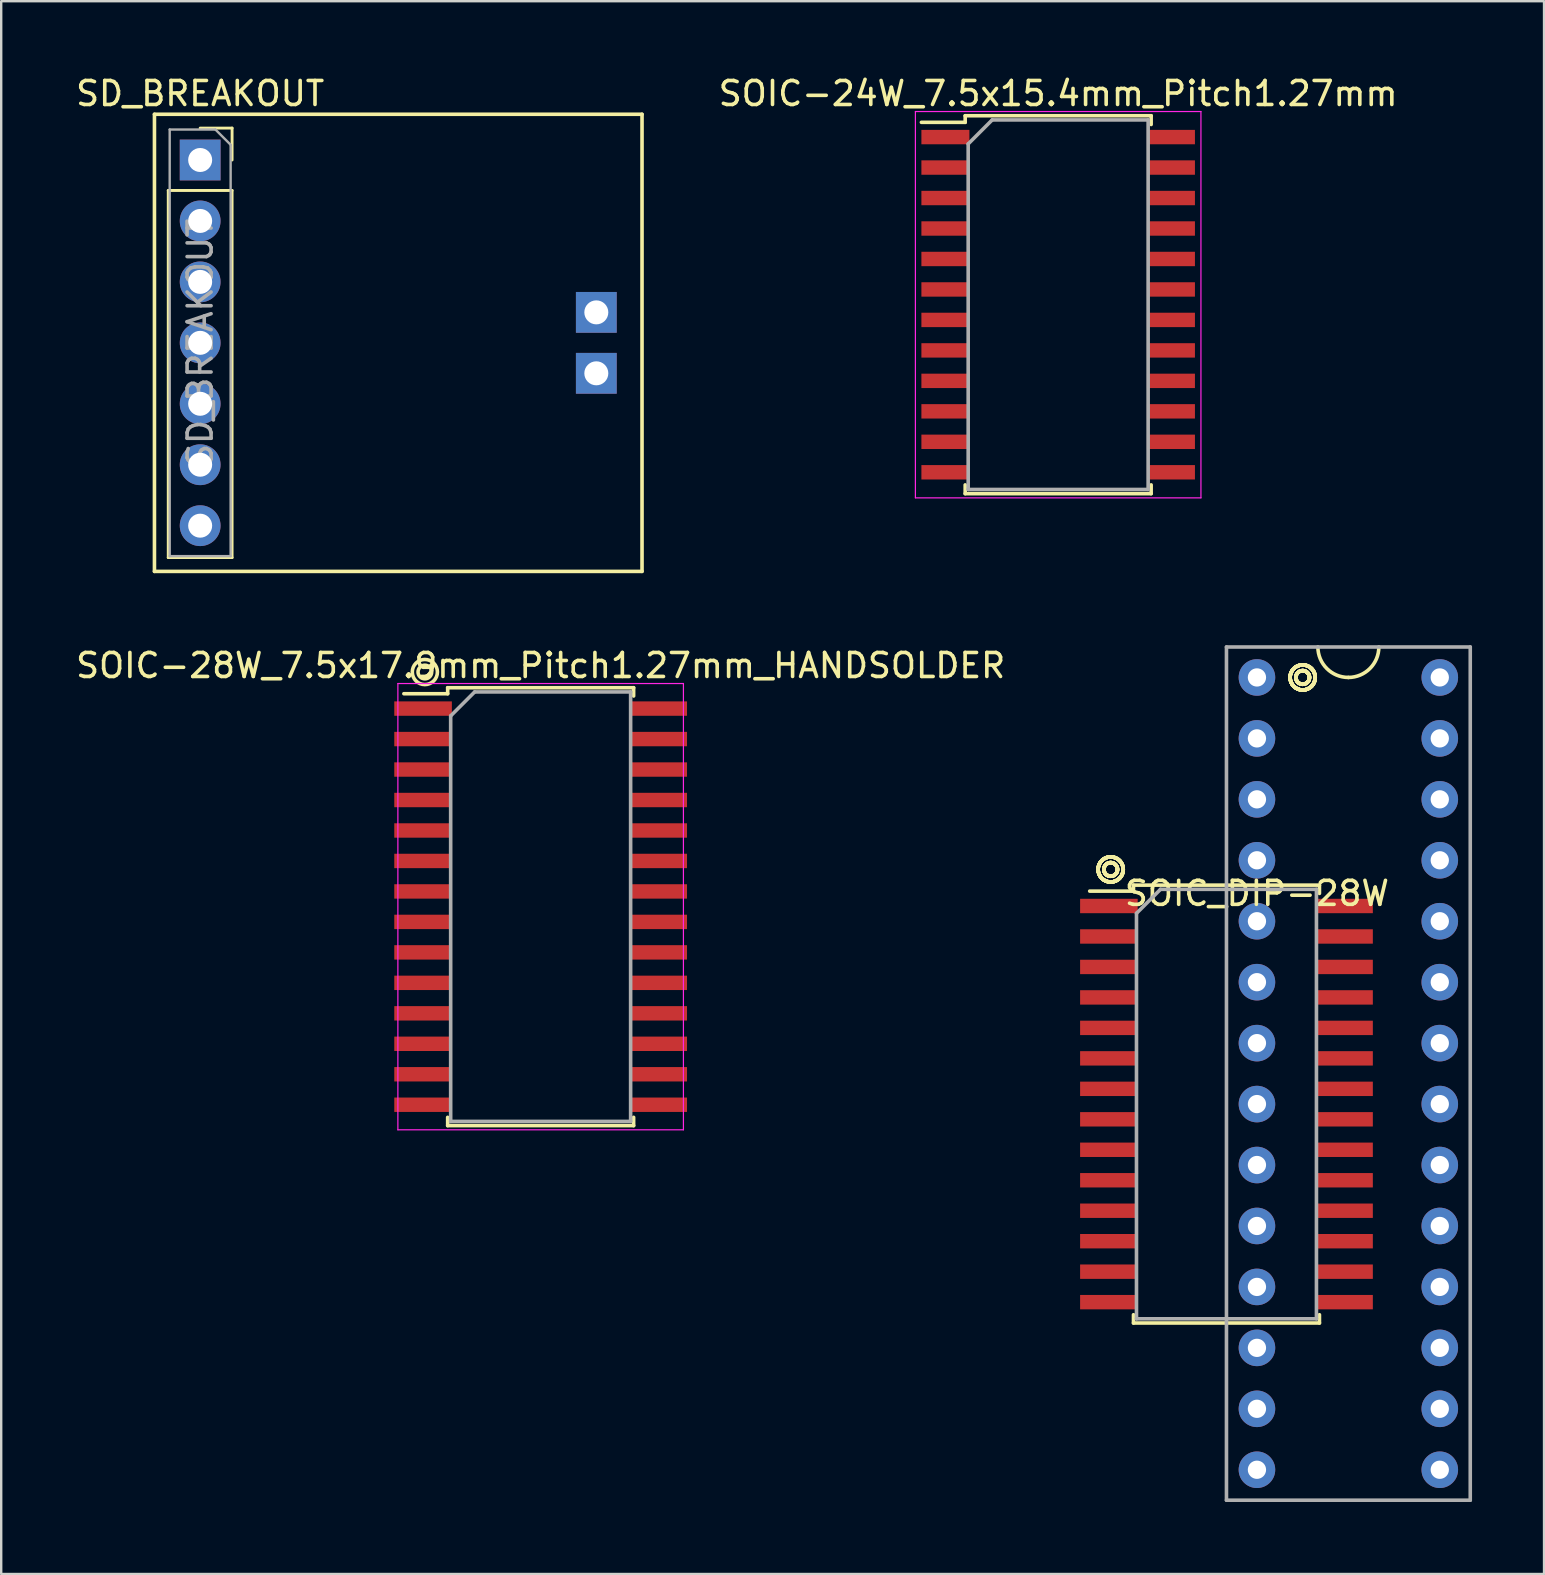
<source format=kicad_pcb>
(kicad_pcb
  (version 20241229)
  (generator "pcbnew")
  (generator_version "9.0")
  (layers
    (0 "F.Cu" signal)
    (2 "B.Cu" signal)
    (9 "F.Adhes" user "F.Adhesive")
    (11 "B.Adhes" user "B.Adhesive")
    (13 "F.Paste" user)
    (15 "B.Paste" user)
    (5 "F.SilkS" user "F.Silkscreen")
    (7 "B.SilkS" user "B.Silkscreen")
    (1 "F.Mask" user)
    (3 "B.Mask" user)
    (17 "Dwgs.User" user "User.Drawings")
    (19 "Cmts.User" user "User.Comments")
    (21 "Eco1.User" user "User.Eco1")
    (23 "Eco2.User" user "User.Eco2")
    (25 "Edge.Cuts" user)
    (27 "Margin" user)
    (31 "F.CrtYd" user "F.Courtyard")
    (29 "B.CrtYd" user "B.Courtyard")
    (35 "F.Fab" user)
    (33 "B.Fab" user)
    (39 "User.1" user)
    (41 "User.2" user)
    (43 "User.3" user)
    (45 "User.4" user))
  (footprint "SD_BREAKOUT"
    (layer "F.Cu")
    (at 5.292 3.618)
    (property "Reference" "SD_BREAKOUT" (at 0 -2.77 0) (layer "F.SilkS") (effects (font (size 1 1) (thickness 0.15))))
    (attr through_hole)
    (fp_line (start -1.905 -1.905) (end 18.415 -1.905) (stroke (width 0.15) (type solid)) (layer "F.SilkS"))
    (fp_line (start -1.905 17.145) (end -1.905 -1.905) (stroke (width 0.15) (type solid)) (layer "F.SilkS"))
    (fp_line (start -1.33 1.27) (end -1.33 16.57) (stroke (width 0.12) (type solid)) (layer "F.SilkS"))
    (fp_line (start -1.33 1.27) (end 1.33 1.27) (stroke (width 0.12) (type solid)) (layer "F.SilkS"))
    (fp_line (start -1.33 16.57) (end 1.33 16.57) (stroke (width 0.12) (type solid)) (layer "F.SilkS"))
    (fp_line (start 0 -1.33) (end 1.33 -1.33) (stroke (width 0.12) (type solid)) (layer "F.SilkS"))
    (fp_line (start 1.33 -1.33) (end 1.33 0) (stroke (width 0.12) (type solid)) (layer "F.SilkS"))
    (fp_line (start 1.33 1.27) (end 1.33 16.57) (stroke (width 0.12) (type solid)) (layer "F.SilkS"))
    (fp_line (start 18.415 -1.905) (end 18.415 17.145) (stroke (width 0.15) (type solid)) (layer "F.SilkS"))
    (fp_line (start 18.415 17.145) (end -1.905 17.145) (stroke (width 0.15) (type solid)) (layer "F.SilkS"))
    (fp_line (start -1.27 -1.27) (end 0.635 -1.27) (stroke (width 0.1) (type solid)) (layer "F.Fab"))
    (fp_line (start -1.27 16.51) (end -1.27 -1.27) (stroke (width 0.1) (type solid)) (layer "F.Fab"))
    (fp_line (start 0.635 -1.27) (end 1.27 -0.635) (stroke (width 0.1) (type solid)) (layer "F.Fab"))
    (fp_line (start 1.27 -0.635) (end 1.27 16.51) (stroke (width 0.1) (type solid)) (layer "F.Fab"))
    (fp_line (start 1.27 16.51) (end -1.27 16.51) (stroke (width 0.1) (type solid)) (layer "F.Fab"))
    (fp_text user "${REFERENCE}" (at 0 7.62 90) (layer "F.Fab") (effects (font (size 1 1) (thickness 0.15))))
    (pad "" thru_hole rect (at 16.51 6.35) (size 1.7 1.7) (drill 1) (layers "*.Cu" "*.Mask"))
    (pad "" thru_hole rect (at 16.51 8.89) (size 1.7 1.7) (drill 1) (layers "*.Cu" "*.Mask"))
    (pad "1" thru_hole rect (at 0 0) (size 1.7 1.7) (drill 1) (layers "*.Cu" "*.Mask"))
    (pad "2" thru_hole oval (at 0 2.54) (size 1.7 1.7) (drill 1) (layers "*.Cu" "*.Mask"))
    (pad "3" thru_hole oval (at 0 5.08) (size 1.7 1.7) (drill 1) (layers "*.Cu" "*.Mask"))
    (pad "4" thru_hole oval (at 0 7.62) (size 1.7 1.7) (drill 1) (layers "*.Cu" "*.Mask"))
    (pad "5" thru_hole oval (at 0 10.16) (size 1.7 1.7) (drill 1) (layers "*.Cu" "*.Mask"))
    (pad "6" thru_hole oval (at 0 12.7) (size 1.7 1.7) (drill 1) (layers "*.Cu" "*.Mask"))
    (pad "7" thru_hole oval (at 0 15.24) (size 1.7 1.7) (drill 1) (layers "*.Cu" "*.Mask")))
  (footprint "SOIC_DIP-28W"
    (layer "F.Cu")
    (at 48.064 42.963)
    (property "Reference" "SOIC_DIP-28W" (at 1.27 -8.78 0) (layer "F.SilkS") (effects (font (size 1 1) (thickness 0.15))))
    (attr smd)
    (fp_line (start -3.875 -9.125) (end -3.875 -8.875) (stroke (width 0.15) (type solid)) (layer "F.SilkS"))
    (fp_line (start -3.875 -9.125) (end 3.875 -9.125) (stroke (width 0.15) (type solid)) (layer "F.SilkS"))
    (fp_line (start -3.875 -8.875) (end -5.7 -8.875) (stroke (width 0.15) (type solid)) (layer "F.SilkS"))
    (fp_line (start -3.875 9.125) (end -3.875 8.78) (stroke (width 0.15) (type solid)) (layer "F.SilkS"))
    (fp_line (start -3.875 9.125) (end 3.875 9.125) (stroke (width 0.15) (type solid)) (layer "F.SilkS"))
    (fp_line (start 3.875 -9.125) (end 3.875 -8.78) (stroke (width 0.15) (type solid)) (layer "F.SilkS"))
    (fp_line (start 3.875 9.125) (end 3.875 8.78) (stroke (width 0.15) (type solid)) (layer "F.SilkS"))
    (fp_arc (start 5.08 -17.78) (mid 4.181974 -18.151974) (end 3.81 -19.05) (stroke (width 0.15) (type solid)) (layer "F.SilkS"))
    (fp_arc (start 6.35 -19.05) (mid 5.978026 -18.151974) (end 5.08 -17.78) (stroke (width 0.15) (type solid)) (layer "F.SilkS"))
    (fp_circle (center -4.826 -9.779) (end -4.572 -9.652) (stroke (width 0.15) (type solid)) (fill no) (layer "F.SilkS"))
    (fp_circle (center -4.826 -9.779) (end -4.572 -9.652) (stroke (width 0.15) (type solid)) (fill no) (layer "F.SilkS"))
    (fp_circle (center -4.826 -9.779) (end -4.572 -9.652) (stroke (width 0.15) (type solid)) (fill no) (layer "F.SilkS"))
    (fp_circle (center -4.826 -9.779) (end -4.572 -9.652) (stroke (width 0.15) (type solid)) (fill no) (layer "F.SilkS"))
    (fp_circle (center -4.826 -9.779) (end -4.572 -9.652) (stroke (width 0.15) (type solid)) (fill no) (layer "F.SilkS"))
    (fp_circle (center -4.826 -9.779) (end -4.572 -9.652) (stroke (width 0.15) (type solid)) (fill no) (layer "F.SilkS"))
    (fp_circle (center -4.826 -9.779) (end -4.572 -9.652) (stroke (width 0.15) (type solid)) (fill no) (layer "F.SilkS"))
    (fp_circle (center -4.826 -9.779) (end -4.572 -9.652) (stroke (width 0.15) (type solid)) (fill no) (layer "F.SilkS"))
    (fp_circle (center -4.826 -9.779) (end -4.318 -9.652) (stroke (width 0.15) (type solid)) (fill no) (layer "F.SilkS"))
    (fp_circle (center -4.826 -9.779) (end -4.318 -9.652) (stroke (width 0.15) (type solid)) (fill no) (layer "F.SilkS"))
    (fp_circle (center -4.826 -9.779) (end -4.318 -9.652) (stroke (width 0.15) (type solid)) (fill no) (layer "F.SilkS"))
    (fp_circle (center -4.826 -9.779) (end -4.318 -9.652) (stroke (width 0.15) (type solid)) (fill no) (layer "F.SilkS"))
    (fp_circle (center -4.826 -9.779) (end -4.318 -9.652) (stroke (width 0.15) (type solid)) (fill no) (layer "F.SilkS"))
    (fp_circle (center -4.826 -9.779) (end -4.318 -9.652) (stroke (width 0.15) (type solid)) (fill no) (layer "F.SilkS"))
    (fp_circle (center -4.826 -9.779) (end -4.318 -9.652) (stroke (width 0.15) (type solid)) (fill no) (layer "F.SilkS"))
    (fp_circle (center -4.826 -9.779) (end -4.318 -9.652) (stroke (width 0.15) (type solid)) (fill no) (layer "F.SilkS"))
    (fp_circle (center 3.175 -17.78) (end 3.429 -17.653) (stroke (width 0.15) (type solid)) (fill no) (layer "F.SilkS"))
    (fp_circle (center 3.175 -17.78) (end 3.429 -17.653) (stroke (width 0.15) (type solid)) (fill no) (layer "F.SilkS"))
    (fp_circle (center 3.175 -17.78) (end 3.429 -17.653) (stroke (width 0.15) (type solid)) (fill no) (layer "F.SilkS"))
    (fp_circle (center 3.175 -17.78) (end 3.429 -17.653) (stroke (width 0.15) (type solid)) (fill no) (layer "F.SilkS"))
    (fp_circle (center 3.175 -17.78) (end 3.429 -17.653) (stroke (width 0.15) (type solid)) (fill no) (layer "F.SilkS"))
    (fp_circle (center 3.175 -17.78) (end 3.429 -17.653) (stroke (width 0.15) (type solid)) (fill no) (layer "F.SilkS"))
    (fp_circle (center 3.175 -17.78) (end 3.429 -17.653) (stroke (width 0.15) (type solid)) (fill no) (layer "F.SilkS"))
    (fp_circle (center 3.175 -17.78) (end 3.429 -17.653) (stroke (width 0.15) (type solid)) (fill no) (layer "F.SilkS"))
    (fp_circle (center 3.175 -17.78) (end 3.683 -17.653) (stroke (width 0.15) (type solid)) (fill no) (layer "F.SilkS"))
    (fp_circle (center 3.175 -17.78) (end 3.683 -17.653) (stroke (width 0.15) (type solid)) (fill no) (layer "F.SilkS"))
    (fp_circle (center 3.175 -17.78) (end 3.683 -17.653) (stroke (width 0.15) (type solid)) (fill no) (layer "F.SilkS"))
    (fp_circle (center 3.175 -17.78) (end 3.683 -17.653) (stroke (width 0.15) (type solid)) (fill no) (layer "F.SilkS"))
    (fp_circle (center 3.175 -17.78) (end 3.683 -17.653) (stroke (width 0.15) (type solid)) (fill no) (layer "F.SilkS"))
    (fp_circle (center 3.175 -17.78) (end 3.683 -17.653) (stroke (width 0.15) (type solid)) (fill no) (layer "F.SilkS"))
    (fp_circle (center 3.175 -17.78) (end 3.683 -17.653) (stroke (width 0.15) (type solid)) (fill no) (layer "F.SilkS"))
    (fp_circle (center 3.175 -17.78) (end 3.683 -17.653) (stroke (width 0.15) (type solid)) (fill no) (layer "F.SilkS"))
    (fp_line (start -3.75 -7.95) (end -2.75 -8.95) (stroke (width 0.15) (type solid)) (layer "F.Fab"))
    (fp_line (start -3.75 8.95) (end -3.75 -7.95) (stroke (width 0.15) (type solid)) (layer "F.Fab"))
    (fp_line (start -2.75 -8.95) (end 3.75 -8.95) (stroke (width 0.15) (type solid)) (layer "F.Fab"))
    (fp_line (start 0 -19.05) (end 10.16 -19.05) (stroke (width 0.15) (type solid)) (layer "F.Fab"))
    (fp_line (start 0 16.51) (end 0 -19.05) (stroke (width 0.15) (type solid)) (layer "F.Fab"))
    (fp_line (start 3.75 -8.95) (end 3.75 8.95) (stroke (width 0.15) (type solid)) (layer "F.Fab"))
    (fp_line (start 3.75 8.95) (end -3.75 8.95) (stroke (width 0.15) (type solid)) (layer "F.Fab"))
    (fp_line (start 10.16 -19.05) (end 10.16 16.51) (stroke (width 0.15) (type solid)) (layer "F.Fab"))
    (fp_line (start 10.16 16.51) (end 0 16.51) (stroke (width 0.15) (type solid)) (layer "F.Fab"))
    (pad "1" smd rect (at -4.9 -8.255) (size 2.4 0.6) (layers "F.Cu" "F.Mask" "F.Paste"))
    (pad "1" thru_hole circle (at 1.27 -17.78) (size 1.524 1.524) (drill 0.762) (layers "*.Cu" "*.Mask"))
    (pad "2" smd rect (at -4.9 -6.985) (size 2.4 0.6) (layers "F.Cu" "F.Mask" "F.Paste"))
    (pad "2" thru_hole circle (at 1.27 -15.24) (size 1.524 1.524) (drill 0.762) (layers "*.Cu" "*.Mask"))
    (pad "3" smd rect (at -4.9 -5.715) (size 2.4 0.6) (layers "F.Cu" "F.Mask" "F.Paste"))
    (pad "3" thru_hole circle (at 1.27 -12.7) (size 1.524 1.524) (drill 0.762) (layers "*.Cu" "*.Mask"))
    (pad "4" smd rect (at -4.9 -4.445) (size 2.4 0.6) (layers "F.Cu" "F.Mask" "F.Paste"))
    (pad "4" thru_hole circle (at 1.27 -10.16) (size 1.524 1.524) (drill 0.762) (layers "*.Cu" "*.Mask"))
    (pad "5" smd rect (at -4.9 -3.175) (size 2.4 0.6) (layers "F.Cu" "F.Mask" "F.Paste"))
    (pad "5" thru_hole circle (at 1.27 -7.62) (size 1.524 1.524) (drill 0.762) (layers "*.Cu" "*.Mask"))
    (pad "6" smd rect (at -4.9 -1.905) (size 2.4 0.6) (layers "F.Cu" "F.Mask" "F.Paste"))
    (pad "6" thru_hole circle (at 1.27 -5.08) (size 1.524 1.524) (drill 0.762) (layers "*.Cu" "*.Mask"))
    (pad "7" smd rect (at -4.9 -0.635) (size 2.4 0.6) (layers "F.Cu" "F.Mask" "F.Paste"))
    (pad "7" thru_hole circle (at 1.27 -2.54) (size 1.524 1.524) (drill 0.762) (layers "*.Cu" "*.Mask"))
    (pad "8" smd rect (at -4.9 0.635) (size 2.4 0.6) (layers "F.Cu" "F.Mask" "F.Paste"))
    (pad "8" thru_hole circle (at 1.27 0) (size 1.524 1.524) (drill 0.762) (layers "*.Cu" "*.Mask"))
    (pad "9" smd rect (at -4.9 1.905) (size 2.4 0.6) (layers "F.Cu" "F.Mask" "F.Paste"))
    (pad "9" thru_hole circle (at 1.27 2.54) (size 1.524 1.524) (drill 0.762) (layers "*.Cu" "*.Mask"))
    (pad "10" smd rect (at -4.9 3.175) (size 2.4 0.6) (layers "F.Cu" "F.Mask" "F.Paste"))
    (pad "10" thru_hole circle (at 1.27 5.08) (size 1.524 1.524) (drill 0.762) (layers "*.Cu" "*.Mask"))
    (pad "11" smd rect (at -4.9 4.445) (size 2.4 0.6) (layers "F.Cu" "F.Mask" "F.Paste"))
    (pad "11" thru_hole circle (at 1.27 7.62) (size 1.524 1.524) (drill 0.762) (layers "*.Cu" "*.Mask"))
    (pad "12" smd rect (at -4.9 5.715) (size 2.4 0.6) (layers "F.Cu" "F.Mask" "F.Paste"))
    (pad "12" thru_hole circle (at 1.27 10.16) (size 1.524 1.524) (drill 0.762) (layers "*.Cu" "*.Mask"))
    (pad "13" smd rect (at -4.9 6.985) (size 2.4 0.6) (layers "F.Cu" "F.Mask" "F.Paste"))
    (pad "13" thru_hole circle (at 1.27 12.7) (size 1.524 1.524) (drill 0.762) (layers "*.Cu" "*.Mask"))
    (pad "14" smd rect (at -4.9 8.255) (size 2.4 0.6) (layers "F.Cu" "F.Mask" "F.Paste"))
    (pad "14" thru_hole circle (at 1.27 15.24) (size 1.524 1.524) (drill 0.762) (layers "*.Cu" "*.Mask"))
    (pad "15" smd rect (at 4.9 8.255) (size 2.4 0.6) (layers "F.Cu" "F.Mask" "F.Paste"))
    (pad "15" thru_hole circle (at 8.89 15.24) (size 1.524 1.524) (drill 0.762) (layers "*.Cu" "*.Mask"))
    (pad "16" smd rect (at 4.9 6.985) (size 2.4 0.6) (layers "F.Cu" "F.Mask" "F.Paste"))
    (pad "16" thru_hole circle (at 8.89 12.7) (size 1.524 1.524) (drill 0.762) (layers "*.Cu" "*.Mask"))
    (pad "17" smd rect (at 4.9 5.715) (size 2.4 0.6) (layers "F.Cu" "F.Mask" "F.Paste"))
    (pad "17" thru_hole circle (at 8.89 10.16) (size 1.524 1.524) (drill 0.762) (layers "*.Cu" "*.Mask"))
    (pad "18" smd rect (at 4.9 4.445) (size 2.4 0.6) (layers "F.Cu" "F.Mask" "F.Paste"))
    (pad "18" thru_hole circle (at 8.89 7.62) (size 1.524 1.524) (drill 0.762) (layers "*.Cu" "*.Mask"))
    (pad "19" smd rect (at 4.9 3.175) (size 2.4 0.6) (layers "F.Cu" "F.Mask" "F.Paste"))
    (pad "19" thru_hole circle (at 8.89 5.08) (size 1.524 1.524) (drill 0.762) (layers "*.Cu" "*.Mask"))
    (pad "20" smd rect (at 4.9 1.905) (size 2.4 0.6) (layers "F.Cu" "F.Mask" "F.Paste"))
    (pad "20" thru_hole circle (at 8.89 2.54) (size 1.524 1.524) (drill 0.762) (layers "*.Cu" "*.Mask"))
    (pad "21" smd rect (at 4.9 0.635) (size 2.4 0.6) (layers "F.Cu" "F.Mask" "F.Paste"))
    (pad "21" thru_hole circle (at 8.89 0) (size 1.524 1.524) (drill 0.762) (layers "*.Cu" "*.Mask"))
    (pad "22" smd rect (at 4.9 -0.635) (size 2.4 0.6) (layers "F.Cu" "F.Mask" "F.Paste"))
    (pad "22" thru_hole circle (at 8.89 -2.54) (size 1.524 1.524) (drill 0.762) (layers "*.Cu" "*.Mask"))
    (pad "23" smd rect (at 4.9 -1.905) (size 2.4 0.6) (layers "F.Cu" "F.Mask" "F.Paste"))
    (pad "23" thru_hole circle (at 8.89 -5.08) (size 1.524 1.524) (drill 0.762) (layers "*.Cu" "*.Mask"))
    (pad "24" smd rect (at 4.9 -3.175) (size 2.4 0.6) (layers "F.Cu" "F.Mask" "F.Paste"))
    (pad "24" thru_hole circle (at 8.89 -7.62) (size 1.524 1.524) (drill 0.762) (layers "*.Cu" "*.Mask"))
    (pad "25" smd rect (at 4.9 -4.445) (size 2.4 0.6) (layers "F.Cu" "F.Mask" "F.Paste"))
    (pad "25" thru_hole circle (at 8.89 -10.16) (size 1.524 1.524) (drill 0.762) (layers "*.Cu" "*.Mask"))
    (pad "26" smd rect (at 4.9 -5.715) (size 2.4 0.6) (layers "F.Cu" "F.Mask" "F.Paste"))
    (pad "26" thru_hole circle (at 8.89 -12.7) (size 1.524 1.524) (drill 0.762) (layers "*.Cu" "*.Mask"))
    (pad "27" smd rect (at 4.9 -6.985) (size 2.4 0.6) (layers "F.Cu" "F.Mask" "F.Paste"))
    (pad "27" thru_hole circle (at 8.89 -15.24) (size 1.524 1.524) (drill 0.762) (layers "*.Cu" "*.Mask"))
    (pad "28" smd rect (at 4.9 -8.255) (size 2.4 0.6) (layers "F.Cu" "F.Mask" "F.Paste"))
    (pad "28" thru_hole circle (at 8.89 -17.78) (size 1.524 1.524) (drill 0.762) (layers "*.Cu" "*.Mask")))
  (footprint "SOIC-28W_7.5x17.9mm_Pitch1.27mm_HANDSOLDER"
    (layer "F.Cu")
    (at 19.482 34.736)
    (property "Reference" "SOIC-28W_7.5x17.9mm_Pitch1.27mm_HANDSOLDER" (at 0 -10.05 0) (layer "F.SilkS") (effects (font (size 1 1) (thickness 0.15))))
    (attr smd)
    (fp_line (start -3.875 -9.125) (end -3.875 -8.875) (stroke (width 0.15) (type solid)) (layer "F.SilkS"))
    (fp_line (start -3.875 -9.125) (end 3.875 -9.125) (stroke (width 0.15) (type solid)) (layer "F.SilkS"))
    (fp_line (start -3.875 -8.875) (end -5.7 -8.875) (stroke (width 0.15) (type solid)) (layer "F.SilkS"))
    (fp_line (start -3.875 9.125) (end -3.875 8.78) (stroke (width 0.15) (type solid)) (layer "F.SilkS"))
    (fp_line (start -3.875 9.125) (end 3.875 9.125) (stroke (width 0.15) (type solid)) (layer "F.SilkS"))
    (fp_line (start 3.875 -9.125) (end 3.875 -8.78) (stroke (width 0.15) (type solid)) (layer "F.SilkS"))
    (fp_line (start 3.875 9.125) (end 3.875 8.78) (stroke (width 0.15) (type solid)) (layer "F.SilkS"))
    (fp_circle (center -4.826 -9.779) (end -4.572 -9.652) (stroke (width 0.15) (type solid)) (fill no) (layer "F.SilkS"))
    (fp_circle (center -4.826 -9.779) (end -4.318 -9.652) (stroke (width 0.15) (type solid)) (fill no) (layer "F.SilkS"))
    (fp_line (start -5.95 -9.3) (end -5.95 9.3) (stroke (width 0.05) (type solid)) (layer "F.CrtYd"))
    (fp_line (start -5.95 -9.3) (end 5.95 -9.3) (stroke (width 0.05) (type solid)) (layer "F.CrtYd"))
    (fp_line (start -5.95 9.3) (end 5.95 9.3) (stroke (width 0.05) (type solid)) (layer "F.CrtYd"))
    (fp_line (start 5.95 -9.3) (end 5.95 9.3) (stroke (width 0.05) (type solid)) (layer "F.CrtYd"))
    (fp_line (start -3.75 -7.95) (end -2.75 -8.95) (stroke (width 0.15) (type solid)) (layer "F.Fab"))
    (fp_line (start -3.75 8.95) (end -3.75 -7.95) (stroke (width 0.15) (type solid)) (layer "F.Fab"))
    (fp_line (start -2.75 -8.95) (end 3.75 -8.95) (stroke (width 0.15) (type solid)) (layer "F.Fab"))
    (fp_line (start 3.75 -8.95) (end 3.75 8.95) (stroke (width 0.15) (type solid)) (layer "F.Fab"))
    (fp_line (start 3.75 8.95) (end -3.75 8.95) (stroke (width 0.15) (type solid)) (layer "F.Fab"))
    (pad "1" smd rect (at -4.9 -8.255) (size 2.4 0.6) (layers "F.Cu" "F.Mask" "F.Paste"))
    (pad "2" smd rect (at -4.9 -6.985) (size 2.4 0.6) (layers "F.Cu" "F.Mask" "F.Paste"))
    (pad "3" smd rect (at -4.9 -5.715) (size 2.4 0.6) (layers "F.Cu" "F.Mask" "F.Paste"))
    (pad "4" smd rect (at -4.9 -4.445) (size 2.4 0.6) (layers "F.Cu" "F.Mask" "F.Paste"))
    (pad "5" smd rect (at -4.9 -3.175) (size 2.4 0.6) (layers "F.Cu" "F.Mask" "F.Paste"))
    (pad "6" smd rect (at -4.9 -1.905) (size 2.4 0.6) (layers "F.Cu" "F.Mask" "F.Paste"))
    (pad "7" smd rect (at -4.9 -0.635) (size 2.4 0.6) (layers "F.Cu" "F.Mask" "F.Paste"))
    (pad "8" smd rect (at -4.9 0.635) (size 2.4 0.6) (layers "F.Cu" "F.Mask" "F.Paste"))
    (pad "9" smd rect (at -4.9 1.905) (size 2.4 0.6) (layers "F.Cu" "F.Mask" "F.Paste"))
    (pad "10" smd rect (at -4.9 3.175) (size 2.4 0.6) (layers "F.Cu" "F.Mask" "F.Paste"))
    (pad "11" smd rect (at -4.9 4.445) (size 2.4 0.6) (layers "F.Cu" "F.Mask" "F.Paste"))
    (pad "12" smd rect (at -4.9 5.715) (size 2.4 0.6) (layers "F.Cu" "F.Mask" "F.Paste"))
    (pad "13" smd rect (at -4.9 6.985) (size 2.4 0.6) (layers "F.Cu" "F.Mask" "F.Paste"))
    (pad "14" smd rect (at -4.9 8.255) (size 2.4 0.6) (layers "F.Cu" "F.Mask" "F.Paste"))
    (pad "15" smd rect (at 4.9 8.255) (size 2.4 0.6) (layers "F.Cu" "F.Mask" "F.Paste"))
    (pad "16" smd rect (at 4.9 6.985) (size 2.4 0.6) (layers "F.Cu" "F.Mask" "F.Paste"))
    (pad "17" smd rect (at 4.9 5.715) (size 2.4 0.6) (layers "F.Cu" "F.Mask" "F.Paste"))
    (pad "18" smd rect (at 4.9 4.445) (size 2.4 0.6) (layers "F.Cu" "F.Mask" "F.Paste"))
    (pad "19" smd rect (at 4.9 3.175) (size 2.4 0.6) (layers "F.Cu" "F.Mask" "F.Paste"))
    (pad "20" smd rect (at 4.9 1.905) (size 2.4 0.6) (layers "F.Cu" "F.Mask" "F.Paste"))
    (pad "21" smd rect (at 4.9 0.635) (size 2.4 0.6) (layers "F.Cu" "F.Mask" "F.Paste"))
    (pad "22" smd rect (at 4.9 -0.635) (size 2.4 0.6) (layers "F.Cu" "F.Mask" "F.Paste"))
    (pad "23" smd rect (at 4.9 -1.905) (size 2.4 0.6) (layers "F.Cu" "F.Mask" "F.Paste"))
    (pad "24" smd rect (at 4.9 -3.175) (size 2.4 0.6) (layers "F.Cu" "F.Mask" "F.Paste"))
    (pad "25" smd rect (at 4.9 -4.445) (size 2.4 0.6) (layers "F.Cu" "F.Mask" "F.Paste"))
    (pad "26" smd rect (at 4.9 -5.715) (size 2.4 0.6) (layers "F.Cu" "F.Mask" "F.Paste"))
    (pad "27" smd rect (at 4.9 -6.985) (size 2.4 0.6) (layers "F.Cu" "F.Mask" "F.Paste"))
    (pad "28" smd rect (at 4.9 -8.255) (size 2.4 0.6) (layers "F.Cu" "F.Mask" "F.Paste")))
  (footprint "SOIC-24W_7.5x15.4mm_Pitch1.27mm"
    (layer "F.Cu")
    (at 41.05 9.648)
    (property "Reference" "SOIC-24W_7.5x15.4mm_Pitch1.27mm" (at 0 -8.8 0) (layer "F.SilkS") (effects (font (size 1 1) (thickness 0.15))))
    (attr smd)
    (fp_line (start -3.875 -7.875) (end -3.875 -7.6) (stroke (width 0.15) (type solid)) (layer "F.SilkS"))
    (fp_line (start -3.875 -7.875) (end 3.875 -7.875) (stroke (width 0.15) (type solid)) (layer "F.SilkS"))
    (fp_line (start -3.875 -7.6) (end -5.7 -7.6) (stroke (width 0.15) (type solid)) (layer "F.SilkS"))
    (fp_line (start -3.875 7.875) (end -3.875 7.51) (stroke (width 0.15) (type solid)) (layer "F.SilkS"))
    (fp_line (start -3.875 7.875) (end 3.875 7.875) (stroke (width 0.15) (type solid)) (layer "F.SilkS"))
    (fp_line (start 3.875 -7.875) (end 3.875 -7.51) (stroke (width 0.15) (type solid)) (layer "F.SilkS"))
    (fp_line (start 3.875 7.875) (end 3.875 7.51) (stroke (width 0.15) (type solid)) (layer "F.SilkS"))
    (fp_line (start -5.95 -8.05) (end -5.95 8.05) (stroke (width 0.05) (type solid)) (layer "F.CrtYd"))
    (fp_line (start -5.95 -8.05) (end 5.95 -8.05) (stroke (width 0.05) (type solid)) (layer "F.CrtYd"))
    (fp_line (start -5.95 8.05) (end 5.95 8.05) (stroke (width 0.05) (type solid)) (layer "F.CrtYd"))
    (fp_line (start 5.95 -8.05) (end 5.95 8.05) (stroke (width 0.05) (type solid)) (layer "F.CrtYd"))
    (fp_line (start -3.75 -6.7) (end -2.75 -7.7) (stroke (width 0.15) (type solid)) (layer "F.Fab"))
    (fp_line (start -3.75 7.7) (end -3.75 -6.7) (stroke (width 0.15) (type solid)) (layer "F.Fab"))
    (fp_line (start -2.75 -7.7) (end 3.75 -7.7) (stroke (width 0.15) (type solid)) (layer "F.Fab"))
    (fp_line (start 3.75 -7.7) (end 3.75 7.7) (stroke (width 0.15) (type solid)) (layer "F.Fab"))
    (fp_line (start 3.75 7.7) (end -3.75 7.7) (stroke (width 0.15) (type solid)) (layer "F.Fab"))
    (pad "1" smd rect (at -4.7 -6.985) (size 2 0.6) (layers "F.Cu" "F.Mask" "F.Paste"))
    (pad "2" smd rect (at -4.7 -5.715) (size 2 0.6) (layers "F.Cu" "F.Mask" "F.Paste"))
    (pad "3" smd rect (at -4.7 -4.445) (size 2 0.6) (layers "F.Cu" "F.Mask" "F.Paste"))
    (pad "4" smd rect (at -4.7 -3.175) (size 2 0.6) (layers "F.Cu" "F.Mask" "F.Paste"))
    (pad "5" smd rect (at -4.7 -1.905) (size 2 0.6) (layers "F.Cu" "F.Mask" "F.Paste"))
    (pad "6" smd rect (at -4.7 -0.635) (size 2 0.6) (layers "F.Cu" "F.Mask" "F.Paste"))
    (pad "7" smd rect (at -4.7 0.635) (size 2 0.6) (layers "F.Cu" "F.Mask" "F.Paste"))
    (pad "8" smd rect (at -4.7 1.905) (size 2 0.6) (layers "F.Cu" "F.Mask" "F.Paste"))
    (pad "9" smd rect (at -4.7 3.175) (size 2 0.6) (layers "F.Cu" "F.Mask" "F.Paste"))
    (pad "10" smd rect (at -4.7 4.445) (size 2 0.6) (layers "F.Cu" "F.Mask" "F.Paste"))
    (pad "11" smd rect (at -4.7 5.715) (size 2 0.6) (layers "F.Cu" "F.Mask" "F.Paste"))
    (pad "12" smd rect (at -4.7 6.985) (size 2 0.6) (layers "F.Cu" "F.Mask" "F.Paste"))
    (pad "13" smd rect (at 4.7 6.985) (size 2 0.6) (layers "F.Cu" "F.Mask" "F.Paste"))
    (pad "14" smd rect (at 4.7 5.715) (size 2 0.6) (layers "F.Cu" "F.Mask" "F.Paste"))
    (pad "15" smd rect (at 4.7 4.445) (size 2 0.6) (layers "F.Cu" "F.Mask" "F.Paste"))
    (pad "16" smd rect (at 4.7 3.175) (size 2 0.6) (layers "F.Cu" "F.Mask" "F.Paste"))
    (pad "17" smd rect (at 4.7 1.905) (size 2 0.6) (layers "F.Cu" "F.Mask" "F.Paste"))
    (pad "18" smd rect (at 4.7 0.635) (size 2 0.6) (layers "F.Cu" "F.Mask" "F.Paste"))
    (pad "19" smd rect (at 4.7 -0.635) (size 2 0.6) (layers "F.Cu" "F.Mask" "F.Paste"))
    (pad "20" smd rect (at 4.7 -1.905) (size 2 0.6) (layers "F.Cu" "F.Mask" "F.Paste"))
    (pad "21" smd rect (at 4.7 -3.175) (size 2 0.6) (layers "F.Cu" "F.Mask" "F.Paste"))
    (pad "22" smd rect (at 4.7 -4.445) (size 2 0.6) (layers "F.Cu" "F.Mask" "F.Paste"))
    (pad "23" smd rect (at 4.7 -5.715) (size 2 0.6) (layers "F.Cu" "F.Mask" "F.Paste"))
    (pad "24" smd rect (at 4.7 -6.985) (size 2 0.6) (layers "F.Cu" "F.Mask" "F.Paste")))
  (gr_rect
    (start -3 -3)
    (end 61.299 62.548)
    (stroke (width 0.1) (type default))
    (fill no)
    (layer "Edge.Cuts")))
</source>
